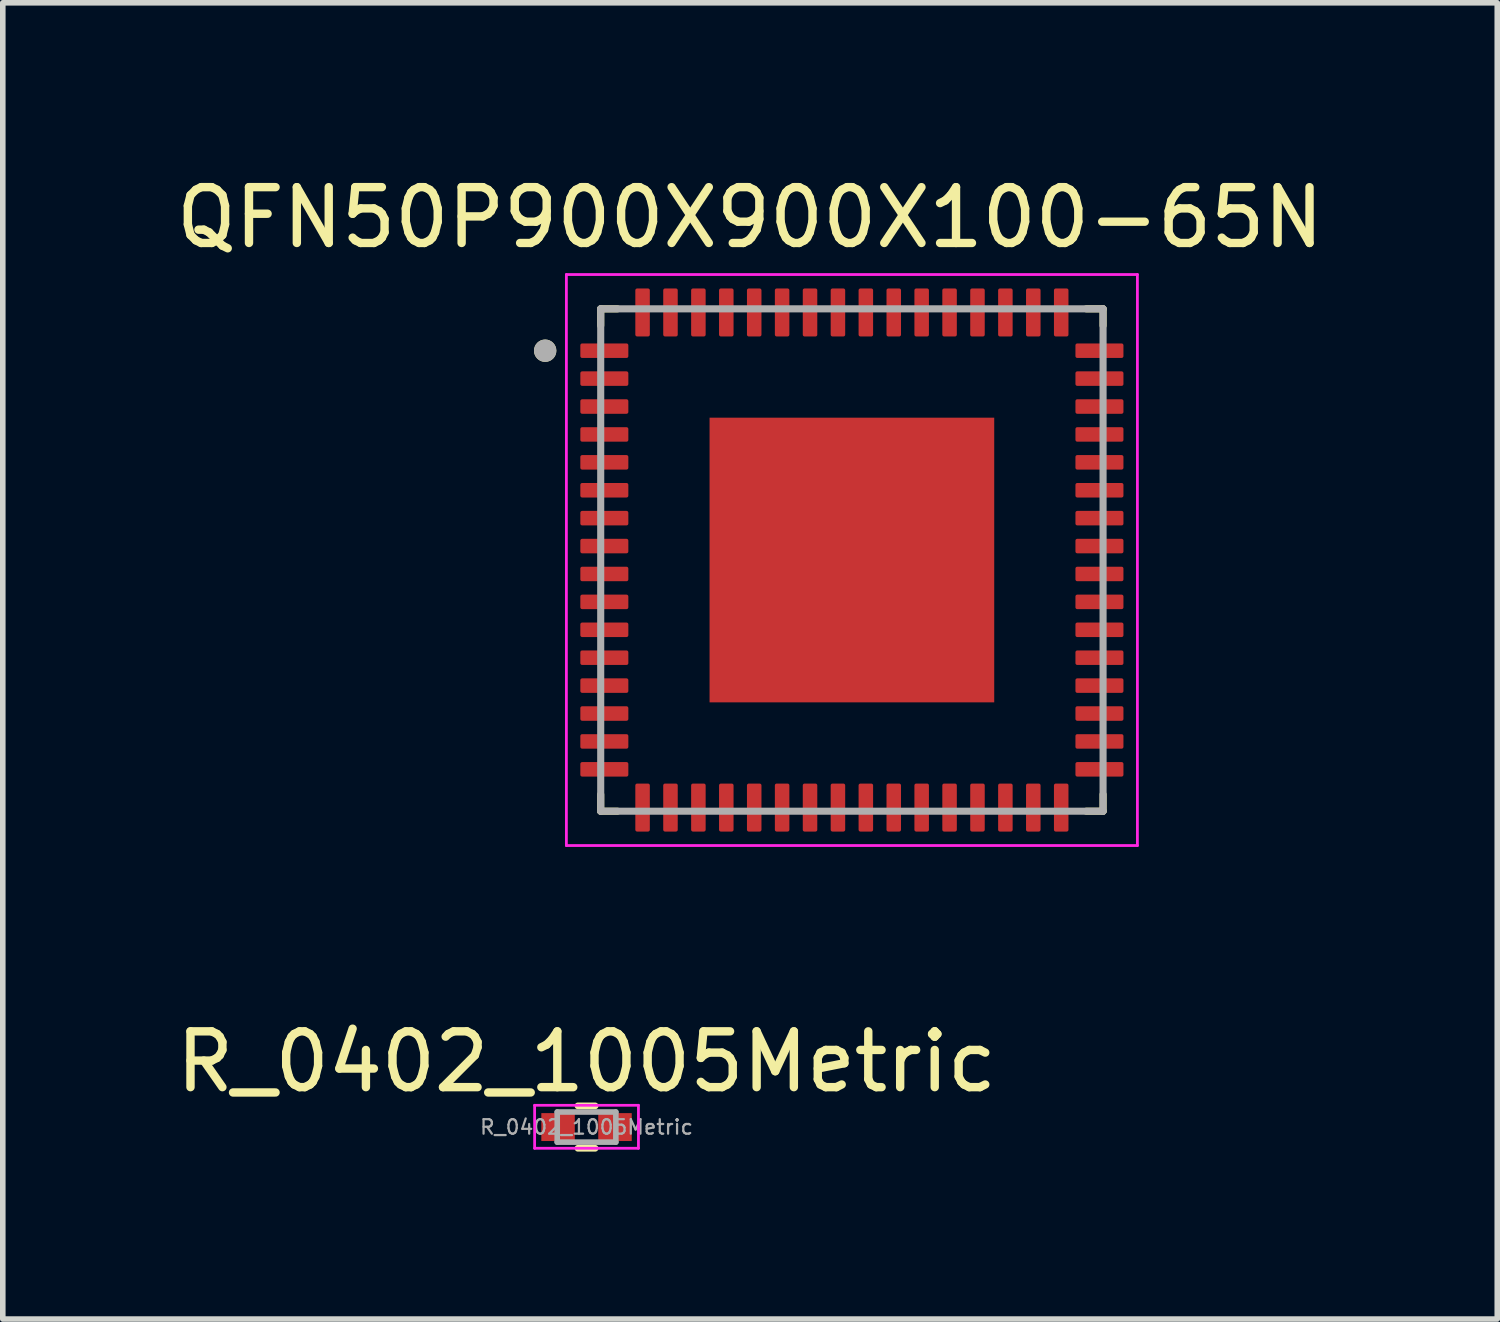
<source format=kicad_pcb>
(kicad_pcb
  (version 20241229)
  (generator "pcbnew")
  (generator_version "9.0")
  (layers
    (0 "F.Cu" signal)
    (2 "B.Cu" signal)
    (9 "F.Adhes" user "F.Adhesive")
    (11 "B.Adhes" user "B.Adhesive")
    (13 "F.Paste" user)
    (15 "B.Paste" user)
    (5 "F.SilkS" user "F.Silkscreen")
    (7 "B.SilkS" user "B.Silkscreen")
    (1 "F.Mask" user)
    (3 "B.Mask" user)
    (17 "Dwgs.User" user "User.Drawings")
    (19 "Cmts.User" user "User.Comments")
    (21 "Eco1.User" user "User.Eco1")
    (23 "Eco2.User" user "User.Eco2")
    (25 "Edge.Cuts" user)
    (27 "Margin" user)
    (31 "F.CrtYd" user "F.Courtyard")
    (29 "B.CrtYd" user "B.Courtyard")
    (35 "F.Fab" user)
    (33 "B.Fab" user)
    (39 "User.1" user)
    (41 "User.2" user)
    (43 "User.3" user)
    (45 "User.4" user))
  (footprint "QFN50P900X900X100-65N"
    (layer "F.Cu")
    (at 12.212 6.983)
    (property "Reference" "QFN50P900X900X100-65N" (at -1.825 -6.135 0) (layer "F.SilkS") (effects (font (size 1 1) (thickness 0.15))))
    (attr smd)
    (fp_line (start -4.5 -4.5) (end -4.5 -4.2) (stroke (width 0.127) (type solid)) (layer "F.SilkS"))
    (fp_line (start -4.5 -4.5) (end -4.2 -4.5) (stroke (width 0.127) (type solid)) (layer "F.SilkS"))
    (fp_line (start -4.5 4.5) (end -4.5 4.2) (stroke (width 0.127) (type solid)) (layer "F.SilkS"))
    (fp_line (start -4.5 4.5) (end -4.2 4.5) (stroke (width 0.127) (type solid)) (layer "F.SilkS"))
    (fp_line (start 4.5 -4.5) (end 4.2 -4.5) (stroke (width 0.127) (type solid)) (layer "F.SilkS"))
    (fp_line (start 4.5 -4.5) (end 4.5 -4.2) (stroke (width 0.127) (type solid)) (layer "F.SilkS"))
    (fp_line (start 4.5 4.5) (end 4.2 4.5) (stroke (width 0.127) (type solid)) (layer "F.SilkS"))
    (fp_line (start 4.5 4.5) (end 4.5 4.2) (stroke (width 0.127) (type solid)) (layer "F.SilkS"))
    (fp_circle (center -5.495 -3.75) (end -5.395 -3.75) (stroke (width 0.2) (type solid)) (fill no) (layer "F.SilkS"))
    (fp_poly (pts (xy -2.085 -2.085) (xy -0.465 -2.085) (xy -0.465 -0.465) (xy -2.085 -0.465)) (stroke (width 0.01) (type solid)) (fill yes) (layer "F.Paste"))
    (fp_poly (pts (xy -2.085 0.465) (xy -0.465 0.465) (xy -0.465 2.085) (xy -2.085 2.085)) (stroke (width 0.01) (type solid)) (fill yes) (layer "F.Paste"))
    (fp_poly (pts (xy 0.465 -2.085) (xy 2.085 -2.085) (xy 2.085 -0.465) (xy 0.465 -0.465)) (stroke (width 0.01) (type solid)) (fill yes) (layer "F.Paste"))
    (fp_poly (pts (xy 0.465 0.465) (xy 2.085 0.465) (xy 2.085 2.085) (xy 0.465 2.085)) (stroke (width 0.01) (type solid)) (fill yes) (layer "F.Paste"))
    (fp_line (start -5.115 -5.115) (end 5.115 -5.115) (stroke (width 0.05) (type solid)) (layer "F.CrtYd"))
    (fp_line (start -5.115 5.115) (end -5.115 -5.115) (stroke (width 0.05) (type solid)) (layer "F.CrtYd"))
    (fp_line (start -5.115 5.115) (end 5.115 5.115) (stroke (width 0.05) (type solid)) (layer "F.CrtYd"))
    (fp_line (start 5.115 5.115) (end 5.115 -5.115) (stroke (width 0.05) (type solid)) (layer "F.CrtYd"))
    (fp_line (start -4.5 4.5) (end -4.5 -4.5) (stroke (width 0.127) (type solid)) (layer "F.Fab"))
    (fp_line (start 4.5 -4.5) (end -4.5 -4.5) (stroke (width 0.127) (type solid)) (layer "F.Fab"))
    (fp_line (start 4.5 4.5) (end -4.5 4.5) (stroke (width 0.127) (type solid)) (layer "F.Fab"))
    (fp_line (start 4.5 4.5) (end 4.5 -4.5) (stroke (width 0.127) (type solid)) (layer "F.Fab"))
    (fp_circle (center -5.495 -3.75) (end -5.395 -3.75) (stroke (width 0.2) (type solid)) (fill no) (layer "F.Fab"))
    (pad "1" smd roundrect (at -4.435 -3.75) (size 0.86 0.26) (layers "F.Cu" "F.Mask" "F.Paste") (roundrect_rratio 0.125))
    (pad "2" smd roundrect (at -4.435 -3.25) (size 0.86 0.26) (layers "F.Cu" "F.Mask" "F.Paste") (roundrect_rratio 0.125))
    (pad "3" smd roundrect (at -4.435 -2.75) (size 0.86 0.26) (layers "F.Cu" "F.Mask" "F.Paste") (roundrect_rratio 0.125))
    (pad "4" smd roundrect (at -4.435 -2.25) (size 0.86 0.26) (layers "F.Cu" "F.Mask" "F.Paste") (roundrect_rratio 0.125))
    (pad "5" smd roundrect (at -4.435 -1.75) (size 0.86 0.26) (layers "F.Cu" "F.Mask" "F.Paste") (roundrect_rratio 0.125))
    (pad "6" smd roundrect (at -4.435 -1.25) (size 0.86 0.26) (layers "F.Cu" "F.Mask" "F.Paste") (roundrect_rratio 0.125))
    (pad "7" smd roundrect (at -4.435 -0.75) (size 0.86 0.26) (layers "F.Cu" "F.Mask" "F.Paste") (roundrect_rratio 0.125))
    (pad "8" smd roundrect (at -4.435 -0.25) (size 0.86 0.26) (layers "F.Cu" "F.Mask" "F.Paste") (roundrect_rratio 0.125))
    (pad "9" smd roundrect (at -4.435 0.25) (size 0.86 0.26) (layers "F.Cu" "F.Mask" "F.Paste") (roundrect_rratio 0.125))
    (pad "10" smd roundrect (at -4.435 0.75) (size 0.86 0.26) (layers "F.Cu" "F.Mask" "F.Paste") (roundrect_rratio 0.125))
    (pad "11" smd roundrect (at -4.435 1.25) (size 0.86 0.26) (layers "F.Cu" "F.Mask" "F.Paste") (roundrect_rratio 0.125))
    (pad "12" smd roundrect (at -4.435 1.75) (size 0.86 0.26) (layers "F.Cu" "F.Mask" "F.Paste") (roundrect_rratio 0.125))
    (pad "13" smd roundrect (at -4.435 2.25) (size 0.86 0.26) (layers "F.Cu" "F.Mask" "F.Paste") (roundrect_rratio 0.125))
    (pad "14" smd roundrect (at -4.435 2.75) (size 0.86 0.26) (layers "F.Cu" "F.Mask" "F.Paste") (roundrect_rratio 0.125))
    (pad "15" smd roundrect (at -4.435 3.25) (size 0.86 0.26) (layers "F.Cu" "F.Mask" "F.Paste") (roundrect_rratio 0.125))
    (pad "16" smd roundrect (at -4.435 3.75) (size 0.86 0.26) (layers "F.Cu" "F.Mask" "F.Paste") (roundrect_rratio 0.125))
    (pad "17" smd roundrect (at -3.75 4.435 90) (size 0.86 0.26) (layers "F.Cu" "F.Mask" "F.Paste") (roundrect_rratio 0.125))
    (pad "18" smd roundrect (at -3.25 4.435 90) (size 0.86 0.26) (layers "F.Cu" "F.Mask" "F.Paste") (roundrect_rratio 0.125))
    (pad "19" smd roundrect (at -2.75 4.435 90) (size 0.86 0.26) (layers "F.Cu" "F.Mask" "F.Paste") (roundrect_rratio 0.125))
    (pad "20" smd roundrect (at -2.25 4.435 90) (size 0.86 0.26) (layers "F.Cu" "F.Mask" "F.Paste") (roundrect_rratio 0.125))
    (pad "21" smd roundrect (at -1.75 4.435 90) (size 0.86 0.26) (layers "F.Cu" "F.Mask" "F.Paste") (roundrect_rratio 0.125))
    (pad "22" smd roundrect (at -1.25 4.435 90) (size 0.86 0.26) (layers "F.Cu" "F.Mask" "F.Paste") (roundrect_rratio 0.125))
    (pad "23" smd roundrect (at -0.75 4.435 90) (size 0.86 0.26) (layers "F.Cu" "F.Mask" "F.Paste") (roundrect_rratio 0.125))
    (pad "24" smd roundrect (at -0.25 4.435 90) (size 0.86 0.26) (layers "F.Cu" "F.Mask" "F.Paste") (roundrect_rratio 0.125))
    (pad "25" smd roundrect (at 0.25 4.435 90) (size 0.86 0.26) (layers "F.Cu" "F.Mask" "F.Paste") (roundrect_rratio 0.125))
    (pad "26" smd roundrect (at 0.75 4.435 90) (size 0.86 0.26) (layers "F.Cu" "F.Mask" "F.Paste") (roundrect_rratio 0.125))
    (pad "27" smd roundrect (at 1.25 4.435 90) (size 0.86 0.26) (layers "F.Cu" "F.Mask" "F.Paste") (roundrect_rratio 0.125))
    (pad "28" smd roundrect (at 1.75 4.435 90) (size 0.86 0.26) (layers "F.Cu" "F.Mask" "F.Paste") (roundrect_rratio 0.125))
    (pad "29" smd roundrect (at 2.25 4.435 90) (size 0.86 0.26) (layers "F.Cu" "F.Mask" "F.Paste") (roundrect_rratio 0.125))
    (pad "30" smd roundrect (at 2.75 4.435 90) (size 0.86 0.26) (layers "F.Cu" "F.Mask" "F.Paste") (roundrect_rratio 0.125))
    (pad "31" smd roundrect (at 3.25 4.435 90) (size 0.86 0.26) (layers "F.Cu" "F.Mask" "F.Paste") (roundrect_rratio 0.125))
    (pad "32" smd roundrect (at 3.75 4.435 90) (size 0.86 0.26) (layers "F.Cu" "F.Mask" "F.Paste") (roundrect_rratio 0.125))
    (pad "33" smd roundrect (at 4.435 3.75) (size 0.86 0.26) (layers "F.Cu" "F.Mask" "F.Paste") (roundrect_rratio 0.125))
    (pad "34" smd roundrect (at 4.435 3.25) (size 0.86 0.26) (layers "F.Cu" "F.Mask" "F.Paste") (roundrect_rratio 0.125))
    (pad "35" smd roundrect (at 4.435 2.75) (size 0.86 0.26) (layers "F.Cu" "F.Mask" "F.Paste") (roundrect_rratio 0.125))
    (pad "36" smd roundrect (at 4.435 2.25) (size 0.86 0.26) (layers "F.Cu" "F.Mask" "F.Paste") (roundrect_rratio 0.125))
    (pad "37" smd roundrect (at 4.435 1.75) (size 0.86 0.26) (layers "F.Cu" "F.Mask" "F.Paste") (roundrect_rratio 0.125))
    (pad "38" smd roundrect (at 4.435 1.25) (size 0.86 0.26) (layers "F.Cu" "F.Mask" "F.Paste") (roundrect_rratio 0.125))
    (pad "39" smd roundrect (at 4.435 0.75) (size 0.86 0.26) (layers "F.Cu" "F.Mask" "F.Paste") (roundrect_rratio 0.125))
    (pad "40" smd roundrect (at 4.435 0.25) (size 0.86 0.26) (layers "F.Cu" "F.Mask" "F.Paste") (roundrect_rratio 0.125))
    (pad "41" smd roundrect (at 4.435 -0.25) (size 0.86 0.26) (layers "F.Cu" "F.Mask" "F.Paste") (roundrect_rratio 0.125))
    (pad "42" smd roundrect (at 4.435 -0.75) (size 0.86 0.26) (layers "F.Cu" "F.Mask" "F.Paste") (roundrect_rratio 0.125))
    (pad "43" smd roundrect (at 4.435 -1.25) (size 0.86 0.26) (layers "F.Cu" "F.Mask" "F.Paste") (roundrect_rratio 0.125))
    (pad "44" smd roundrect (at 4.435 -1.75) (size 0.86 0.26) (layers "F.Cu" "F.Mask" "F.Paste") (roundrect_rratio 0.125))
    (pad "45" smd roundrect (at 4.435 -2.25) (size 0.86 0.26) (layers "F.Cu" "F.Mask" "F.Paste") (roundrect_rratio 0.125))
    (pad "46" smd roundrect (at 4.435 -2.75) (size 0.86 0.26) (layers "F.Cu" "F.Mask" "F.Paste") (roundrect_rratio 0.125))
    (pad "47" smd roundrect (at 4.435 -3.25) (size 0.86 0.26) (layers "F.Cu" "F.Mask" "F.Paste") (roundrect_rratio 0.125))
    (pad "48" smd roundrect (at 4.435 -3.75) (size 0.86 0.26) (layers "F.Cu" "F.Mask" "F.Paste") (roundrect_rratio 0.125))
    (pad "49" smd roundrect (at 3.75 -4.435 90) (size 0.86 0.26) (layers "F.Cu" "F.Mask" "F.Paste") (roundrect_rratio 0.125))
    (pad "50" smd roundrect (at 3.25 -4.435 90) (size 0.86 0.26) (layers "F.Cu" "F.Mask" "F.Paste") (roundrect_rratio 0.125))
    (pad "51" smd roundrect (at 2.75 -4.435 90) (size 0.86 0.26) (layers "F.Cu" "F.Mask" "F.Paste") (roundrect_rratio 0.125))
    (pad "52" smd roundrect (at 2.25 -4.435 90) (size 0.86 0.26) (layers "F.Cu" "F.Mask" "F.Paste") (roundrect_rratio 0.125))
    (pad "53" smd roundrect (at 1.75 -4.435 90) (size 0.86 0.26) (layers "F.Cu" "F.Mask" "F.Paste") (roundrect_rratio 0.125))
    (pad "54" smd roundrect (at 1.25 -4.435 90) (size 0.86 0.26) (layers "F.Cu" "F.Mask" "F.Paste") (roundrect_rratio 0.125))
    (pad "55" smd roundrect (at 0.75 -4.435 90) (size 0.86 0.26) (layers "F.Cu" "F.Mask" "F.Paste") (roundrect_rratio 0.125))
    (pad "56" smd roundrect (at 0.25 -4.435 90) (size 0.86 0.26) (layers "F.Cu" "F.Mask" "F.Paste") (roundrect_rratio 0.125))
    (pad "57" smd roundrect (at -0.25 -4.435 90) (size 0.86 0.26) (layers "F.Cu" "F.Mask" "F.Paste") (roundrect_rratio 0.125))
    (pad "58" smd roundrect (at -0.75 -4.435 90) (size 0.86 0.26) (layers "F.Cu" "F.Mask" "F.Paste") (roundrect_rratio 0.125))
    (pad "59" smd roundrect (at -1.25 -4.435 90) (size 0.86 0.26) (layers "F.Cu" "F.Mask" "F.Paste") (roundrect_rratio 0.125))
    (pad "60" smd roundrect (at -1.75 -4.435 90) (size 0.86 0.26) (layers "F.Cu" "F.Mask" "F.Paste") (roundrect_rratio 0.125))
    (pad "61" smd roundrect (at -2.25 -4.435 90) (size 0.86 0.26) (layers "F.Cu" "F.Mask" "F.Paste") (roundrect_rratio 0.125))
    (pad "62" smd roundrect (at -2.75 -4.435 90) (size 0.86 0.26) (layers "F.Cu" "F.Mask" "F.Paste") (roundrect_rratio 0.125))
    (pad "63" smd roundrect (at -3.25 -4.435 90) (size 0.86 0.26) (layers "F.Cu" "F.Mask" "F.Paste") (roundrect_rratio 0.125))
    (pad "64" smd roundrect (at -3.75 -4.435 90) (size 0.86 0.26) (layers "F.Cu" "F.Mask" "F.Paste") (roundrect_rratio 0.125))
    (pad "65" smd rect (at 0 0) (size 5.1 5.1) (layers "F.Cu" "F.Mask")))
  (footprint "R_0402_1005Metric"
    (layer "F.Cu")
    (at 7.458 17.142)
    (property "Reference" "R_0402_1005Metric" (at 0 -1.17 0) (layer "F.SilkS") (effects (font (size 1 1) (thickness 0.15))))
    (attr smd)
    (fp_line (start -0.154 -0.38) (end 0.154 -0.38) (stroke (width 0.12) (type solid)) (layer "F.SilkS"))
    (fp_line (start -0.154 0.38) (end 0.154 0.38) (stroke (width 0.12) (type solid)) (layer "F.SilkS"))
    (fp_line (start -0.93 -0.39) (end 0.93 -0.39) (stroke (width 0.05) (type solid)) (layer "F.CrtYd"))
    (fp_line (start -0.93 0.38) (end -0.93 -0.39) (stroke (width 0.05) (type solid)) (layer "F.CrtYd"))
    (fp_line (start 0.93 -0.39) (end 0.93 0.38) (stroke (width 0.05) (type solid)) (layer "F.CrtYd"))
    (fp_line (start 0.93 0.38) (end -0.93 0.38) (stroke (width 0.05) (type solid)) (layer "F.CrtYd"))
    (fp_line (start -0.525 -0.27) (end 0.525 -0.27) (stroke (width 0.1) (type solid)) (layer "F.Fab"))
    (fp_line (start -0.525 0.27) (end -0.525 -0.27) (stroke (width 0.1) (type solid)) (layer "F.Fab"))
    (fp_line (start 0.525 -0.27) (end 0.525 0.27) (stroke (width 0.1) (type solid)) (layer "F.Fab"))
    (fp_line (start 0.525 0.27) (end -0.525 0.27) (stroke (width 0.1) (type solid)) (layer "F.Fab"))
    (fp_text user "${REFERENCE}" (at 0 0 0) (layer "F.Fab") (effects (font (size 0.26 0.26) (thickness 0.04))))
    (pad "1" smd rect (at -0.51 0) (size 0.6 0.5) (layers "F.Cu" "F.Mask" "F.Paste"))
    (pad "2" smd rect (at 0.51 0) (size 0.6 0.5) (layers "F.Cu" "F.Mask" "F.Paste")))
  (gr_rect
    (start -3 -3)
    (end 23.774 20.581)
    (stroke (width 0.1) (type default))
    (fill no)
    (layer "Edge.Cuts")))
</source>
